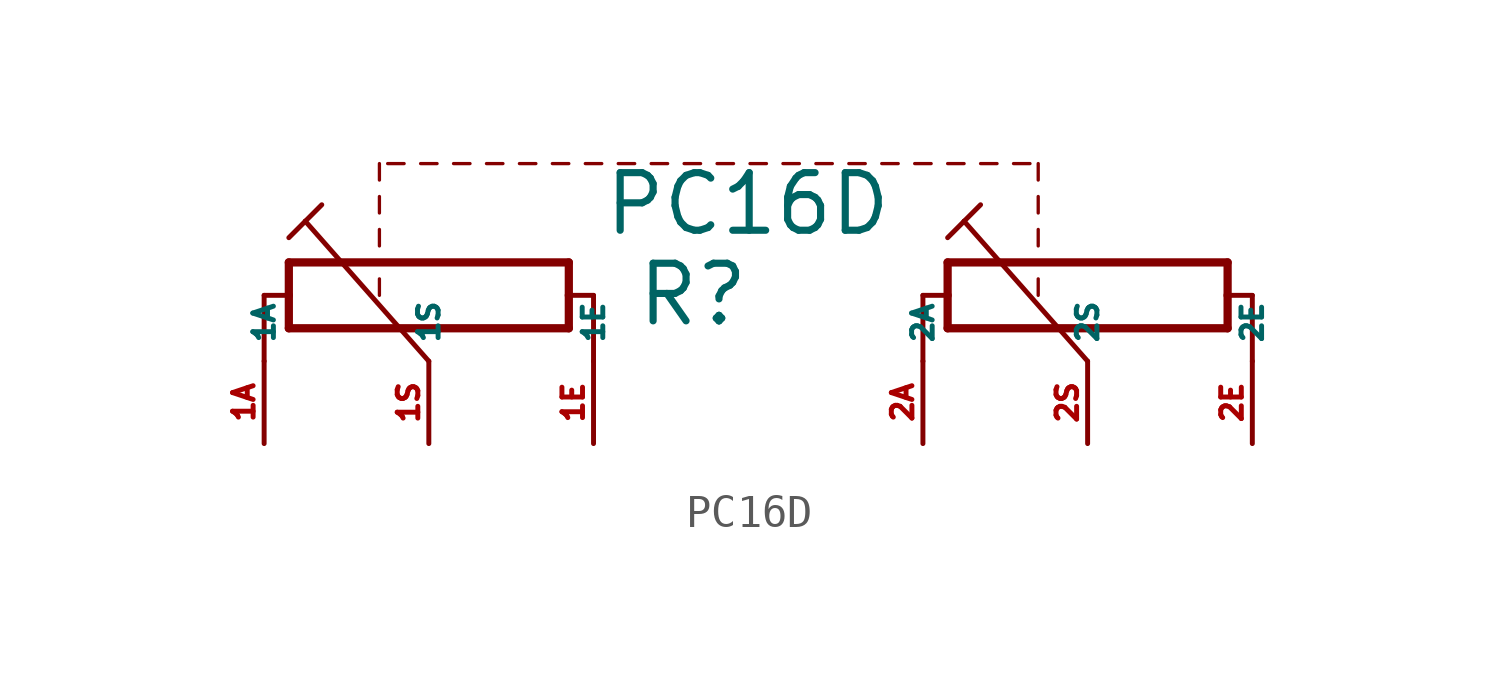
<source format=kicad_sym>
(kicad_symbol_lib
  (version 20220914)
  (generator Eagle2Kicad)
  (symbol "PC16D"
    (property "Reference" "R"
      (at -3.81 -1.524 0)
      (effects (font (size 1.778 1.778) (thickness 0.22)) (justify left bottom)))
    (property "Value" "PC16D"
      (at -4.826 1.27 0)
      (effects (font (size 1.778 1.778) (thickness 0.22)) (justify left bottom)))
    (polyline
      (pts (xy 5.842 -1.524) (xy 5.842 -0.508))
      (stroke (width 0.254) (type default))
      (fill (type none)))
    (polyline
      (pts (xy 5.842 -0.508) (xy 5.842 0.508))
      (stroke (width 0.254) (type default))
      (fill (type none)))
    (polyline
      (pts (xy 5.842 0.508) (xy 14.478 0.508))
      (stroke (width 0.254) (type default))
      (fill (type none)))
    (polyline
      (pts (xy 14.478 0.508) (xy 14.478 -0.508))
      (stroke (width 0.254) (type default))
      (fill (type none)))
    (polyline
      (pts (xy 14.478 -0.508) (xy 14.478 -1.524))
      (stroke (width 0.254) (type default))
      (fill (type none)))
    (polyline
      (pts (xy 14.478 -1.524) (xy 5.842 -1.524))
      (stroke (width 0.254) (type default))
      (fill (type none)))
    (polyline
      (pts (xy 5.08 -2.54) (xy 5.08 -0.508))
      (stroke (width 0.152) (type default))
      (fill (type none)))
    (polyline
      (pts (xy 5.08 -0.508) (xy 5.842 -0.508))
      (stroke (width 0.152) (type default))
      (fill (type none)))
    (polyline
      (pts (xy 15.24 -2.54) (xy 15.24 -0.508))
      (stroke (width 0.152) (type default))
      (fill (type none)))
    (polyline
      (pts (xy 15.24 -0.508) (xy 14.478 -0.508))
      (stroke (width 0.152) (type default))
      (fill (type none)))
    (polyline
      (pts (xy 10.16 -2.54) (xy 6.35 1.778))
      (stroke (width 0.152) (type default))
      (fill (type none)))
    (polyline
      (pts (xy 5.842 1.27) (xy 6.35 1.778))
      (stroke (width 0.152) (type default))
      (fill (type none)))
    (polyline
      (pts (xy 6.35 1.778) (xy 6.858 2.286))
      (stroke (width 0.152) (type default))
      (fill (type none)))
    (polyline
      (pts (xy -14.478 -1.524) (xy -14.478 -0.508))
      (stroke (width 0.254) (type default))
      (fill (type none)))
    (polyline
      (pts (xy -14.478 -0.508) (xy -14.478 0.508))
      (stroke (width 0.254) (type default))
      (fill (type none)))
    (polyline
      (pts (xy -14.478 0.508) (xy -5.842 0.508))
      (stroke (width 0.254) (type default))
      (fill (type none)))
    (polyline
      (pts (xy -5.842 0.508) (xy -5.842 -0.508))
      (stroke (width 0.254) (type default))
      (fill (type none)))
    (polyline
      (pts (xy -5.842 -0.508) (xy -5.842 -1.524))
      (stroke (width 0.254) (type default))
      (fill (type none)))
    (polyline
      (pts (xy -5.842 -1.524) (xy -14.478 -1.524))
      (stroke (width 0.254) (type default))
      (fill (type none)))
    (polyline
      (pts (xy -15.24 -2.54) (xy -15.24 -0.508))
      (stroke (width 0.152) (type default))
      (fill (type none)))
    (polyline
      (pts (xy -15.24 -0.508) (xy -14.478 -0.508))
      (stroke (width 0.152) (type default))
      (fill (type none)))
    (polyline
      (pts (xy -5.08 -2.54) (xy -5.08 -0.508))
      (stroke (width 0.152) (type default))
      (fill (type none)))
    (polyline
      (pts (xy -5.08 -0.508) (xy -5.842 -0.508))
      (stroke (width 0.152) (type default))
      (fill (type none)))
    (polyline
      (pts (xy -10.16 -2.54) (xy -13.97 1.778))
      (stroke (width 0.152) (type default))
      (fill (type none)))
    (polyline
      (pts (xy -14.478 1.27) (xy -13.97 1.778))
      (stroke (width 0.152) (type default))
      (fill (type none)))
    (polyline
      (pts (xy -13.97 1.778) (xy -13.462 2.286))
      (stroke (width 0.152) (type default))
      (fill (type none)))
    (polyline
      (pts (xy -11.684 -0.508) (xy -11.684 0))
      (stroke (width 0.102) (type default))
      (fill (type none)))
    (polyline
      (pts (xy -11.684 1.016) (xy -11.684 1.524))
      (stroke (width 0.102) (type default))
      (fill (type none)))
    (polyline
      (pts (xy -11.684 2.032) (xy -11.684 2.54))
      (stroke (width 0.102) (type default))
      (fill (type none)))
    (polyline
      (pts (xy -11.684 3.048) (xy -11.684 3.556))
      (stroke (width 0.102) (type default))
      (fill (type none)))
    (polyline
      (pts (xy 8.636 -0.508) (xy 8.636 0))
      (stroke (width 0.102) (type default))
      (fill (type none)))
    (polyline
      (pts (xy 8.636 1.016) (xy 8.636 1.524))
      (stroke (width 0.102) (type default))
      (fill (type none)))
    (polyline
      (pts (xy 8.636 2.032) (xy 8.636 2.54))
      (stroke (width 0.102) (type default))
      (fill (type none)))
    (polyline
      (pts (xy 8.636 3.048) (xy 8.636 3.556))
      (stroke (width 0.102) (type default))
      (fill (type none)))
    (polyline
      (pts (xy -7.874 3.556) (xy -8.382 3.556))
      (stroke (width 0.102) (type default))
      (fill (type none)))
    (polyline
      (pts (xy -8.89 3.556) (xy -9.398 3.556))
      (stroke (width 0.102) (type default))
      (fill (type none)))
    (polyline
      (pts (xy -9.906 3.556) (xy -10.414 3.556))
      (stroke (width 0.102) (type default))
      (fill (type none)))
    (polyline
      (pts (xy -10.922 3.556) (xy -11.43 3.556))
      (stroke (width 0.102) (type default))
      (fill (type none)))
    (polyline
      (pts (xy -3.81 3.556) (xy -4.318 3.556))
      (stroke (width 0.102) (type default))
      (fill (type none)))
    (polyline
      (pts (xy -4.826 3.556) (xy -5.334 3.556))
      (stroke (width 0.102) (type default))
      (fill (type none)))
    (polyline
      (pts (xy -5.842 3.556) (xy -6.35 3.556))
      (stroke (width 0.102) (type default))
      (fill (type none)))
    (polyline
      (pts (xy -6.858 3.556) (xy -7.366 3.556))
      (stroke (width 0.102) (type default))
      (fill (type none)))
    (polyline
      (pts (xy 0.254 3.556) (xy -0.254 3.556))
      (stroke (width 0.102) (type default))
      (fill (type none)))
    (polyline
      (pts (xy -0.762 3.556) (xy -1.27 3.556))
      (stroke (width 0.102) (type default))
      (fill (type none)))
    (polyline
      (pts (xy -1.778 3.556) (xy -2.286 3.556))
      (stroke (width 0.102) (type default))
      (fill (type none)))
    (polyline
      (pts (xy -2.794 3.556) (xy -3.302 3.556))
      (stroke (width 0.102) (type default))
      (fill (type none)))
    (polyline
      (pts (xy 4.318 3.556) (xy 3.81 3.556))
      (stroke (width 0.102) (type default))
      (fill (type none)))
    (polyline
      (pts (xy 3.302 3.556) (xy 2.794 3.556))
      (stroke (width 0.102) (type default))
      (fill (type none)))
    (polyline
      (pts (xy 2.286 3.556) (xy 1.778 3.556))
      (stroke (width 0.102) (type default))
      (fill (type none)))
    (polyline
      (pts (xy 1.27 3.556) (xy 0.762 3.556))
      (stroke (width 0.102) (type default))
      (fill (type none)))
    (polyline
      (pts (xy 8.382 3.556) (xy 7.874 3.556))
      (stroke (width 0.102) (type default))
      (fill (type none)))
    (polyline
      (pts (xy 7.366 3.556) (xy 6.858 3.556))
      (stroke (width 0.102) (type default))
      (fill (type none)))
    (polyline
      (pts (xy 6.35 3.556) (xy 5.842 3.556))
      (stroke (width 0.102) (type default))
      (fill (type none)))
    (polyline
      (pts (xy 5.334 3.556) (xy 4.826 3.556))
      (stroke (width 0.102) (type default))
      (fill (type none)))
    (pin passive line
      (at 5.08 -5.08 90)
      (length 2.54)
      (name "2A" (effects (font (size 0.635 0.635) (thickness 0.08)) (justify left bottom)))
      (number "2A" (effects (font (size 0.635 0.635) (thickness 0.08)) (justify left bottom))))
    (pin passive line
      (at 10.16 -5.08 90)
      (length 2.54)
      (name "2S" (effects (font (size 0.635 0.635) (thickness 0.08)) (justify left bottom)))
      (number "2S" (effects (font (size 0.635 0.635) (thickness 0.08)) (justify left bottom))))
    (pin passive line
      (at 15.24 -5.08 90)
      (length 2.54)
      (name "2E" (effects (font (size 0.635 0.635) (thickness 0.08)) (justify left bottom)))
      (number "2E" (effects (font (size 0.635 0.635) (thickness 0.08)) (justify left bottom))))
    (pin passive line
      (at -15.24 -5.08 90)
      (length 2.54)
      (name "1A" (effects (font (size 0.635 0.635) (thickness 0.08)) (justify left bottom)))
      (number "1A" (effects (font (size 0.635 0.635) (thickness 0.08)) (justify left bottom))))
    (pin passive line
      (at -10.16 -5.08 90)
      (length 2.54)
      (name "1S" (effects (font (size 0.635 0.635) (thickness 0.08)) (justify left bottom)))
      (number "1S" (effects (font (size 0.635 0.635) (thickness 0.08)) (justify left bottom))))
    (pin passive line
      (at -5.08 -5.08 90)
      (length 2.54)
      (name "1E" (effects (font (size 0.635 0.635) (thickness 0.08)) (justify left bottom)))
      (number "1E" (effects (font (size 0.635 0.635) (thickness 0.08)) (justify left bottom))))))
</source>
